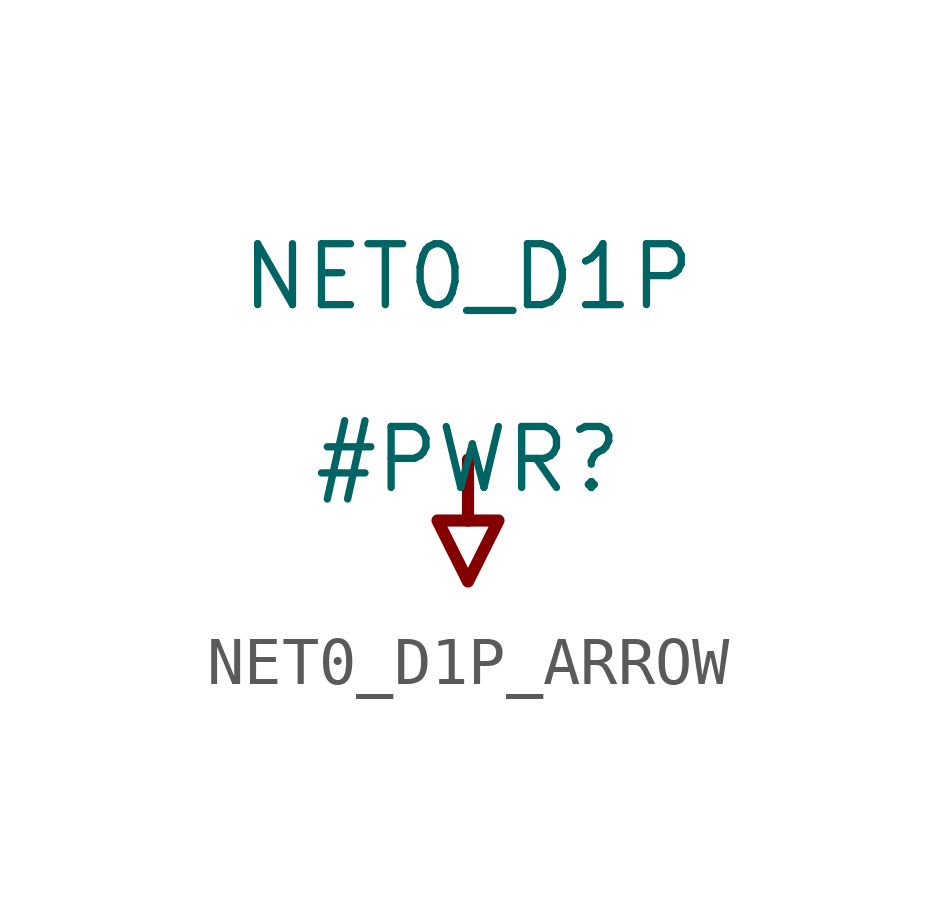
<source format=kicad_sym>
(kicad_symbol_lib
  (version 20231120)
  (generator "kicad_symbol_editor")
  (generator_version "8.0")
  (symbol "NET0_D1P_ARROW"
    (power)
    (property "Reference" "#PWR"
      (at 0 0 0)
      (effects (font (size 1.27 1.27))))
    (property "Value" "NET0_D1P"
      (at 0 3.81 0)
      (effects (font (size 1.27 1.27))))
    (symbol "NET0_D1P_ARROW_0_0"
      (polyline (pts (xy 0 0) (xy 0 -1.27)) (stroke (width 0.254) (type solid)) (fill (type none)))
      (polyline (pts (xy -0.635 -1.27) (xy 0.635 -1.27) (xy 0 -2.54) (xy -0.635 -1.27)) (stroke (width 0.254) (type solid)) (fill (type none)))
      (pin power_in line (at 0 0 0) (length 0) hide (name "NET0_D1P" (effects (font (size 1.27 1.27)))) (number "" (effects (font (size 1.27 1.27))))))))
</source>
